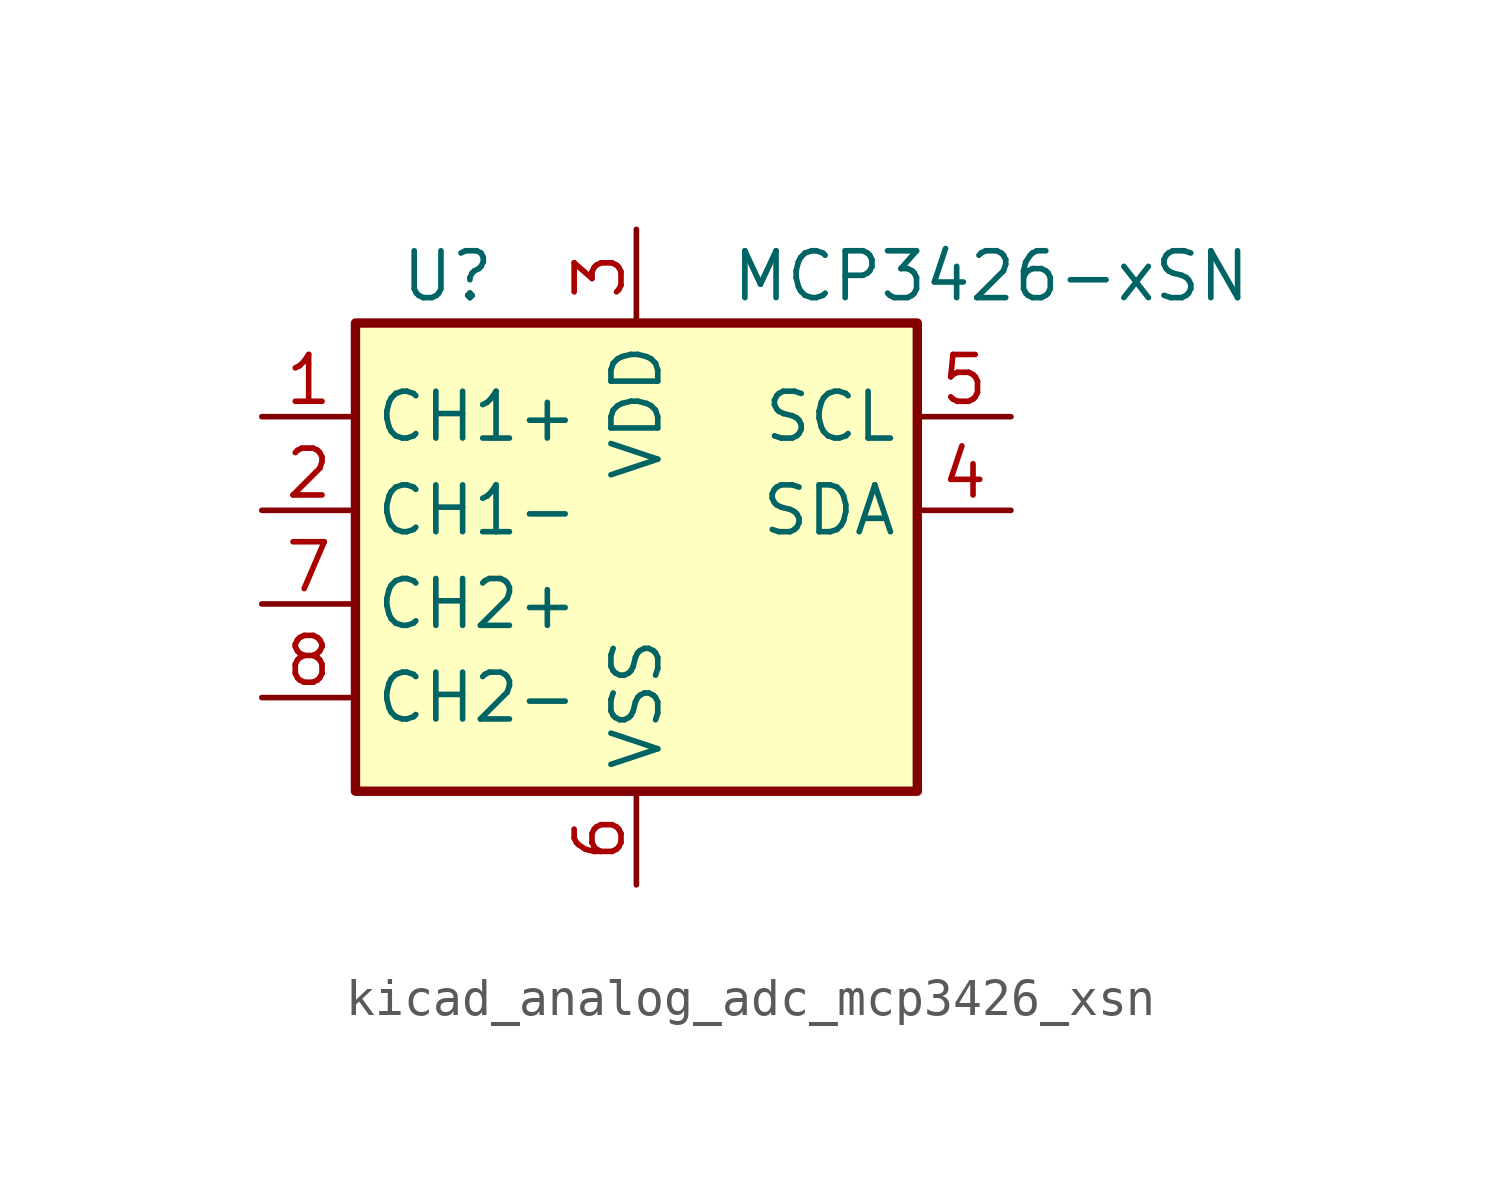
<source format=kicad_sym>
(kicad_symbol_lib
  (version 20220914)
  (generator kicad_symbol_editor)
  (symbol "kicad_analog_adc_mcp3426_xsn"
    (property "Reference" "U"
      (at -3.81 8.89 0)
      (effects (font (size 1.27 1.27)) (justify right)))
    (property "Value" "MCP3426-xSN"
      (at 2.54 8.89 0)
      (effects (font (size 1.27 1.27)) (justify left)))
    (symbol "kicad_analog_adc_mcp3426_xsn_0_1"
      (rectangle (start -7.62 7.62) (end 7.62 -5.08) (stroke (width 0.254) (type default)) (fill (type background))))
    (symbol "kicad_analog_adc_mcp3426_xsn_1_1"
      (pin input line (at -10.16 5.08 0) (length 2.54) (name "CH1+" (effects (font (size 1.27 1.27)))) (number "1" (effects (font (size 1.27 1.27)))))
      (pin input line (at -10.16 2.54 0) (length 2.54) (name "CH1-" (effects (font (size 1.27 1.27)))) (number "2" (effects (font (size 1.27 1.27)))))
      (pin power_in line (at 0 10.16 270) (length 2.54) (name "VDD" (effects (font (size 1.27 1.27)))) (number "3" (effects (font (size 1.27 1.27)))))
      (pin bidirectional line (at 10.16 2.54 180) (length 2.54) (name "SDA" (effects (font (size 1.27 1.27)))) (number "4" (effects (font (size 1.27 1.27)))))
      (pin input line (at 10.16 5.08 180) (length 2.54) (name "SCL" (effects (font (size 1.27 1.27)))) (number "5" (effects (font (size 1.27 1.27)))))
      (pin power_in line (at 0 -7.62 90) (length 2.54) (name "VSS" (effects (font (size 1.27 1.27)))) (number "6" (effects (font (size 1.27 1.27)))))
      (pin input line (at -10.16 0 0) (length 2.54) (name "CH2+" (effects (font (size 1.27 1.27)))) (number "7" (effects (font (size 1.27 1.27)))))
      (pin input line (at -10.16 -2.54 0) (length 2.54) (name "CH2-" (effects (font (size 1.27 1.27)))) (number "8" (effects (font (size 1.27 1.27))))))))
</source>
